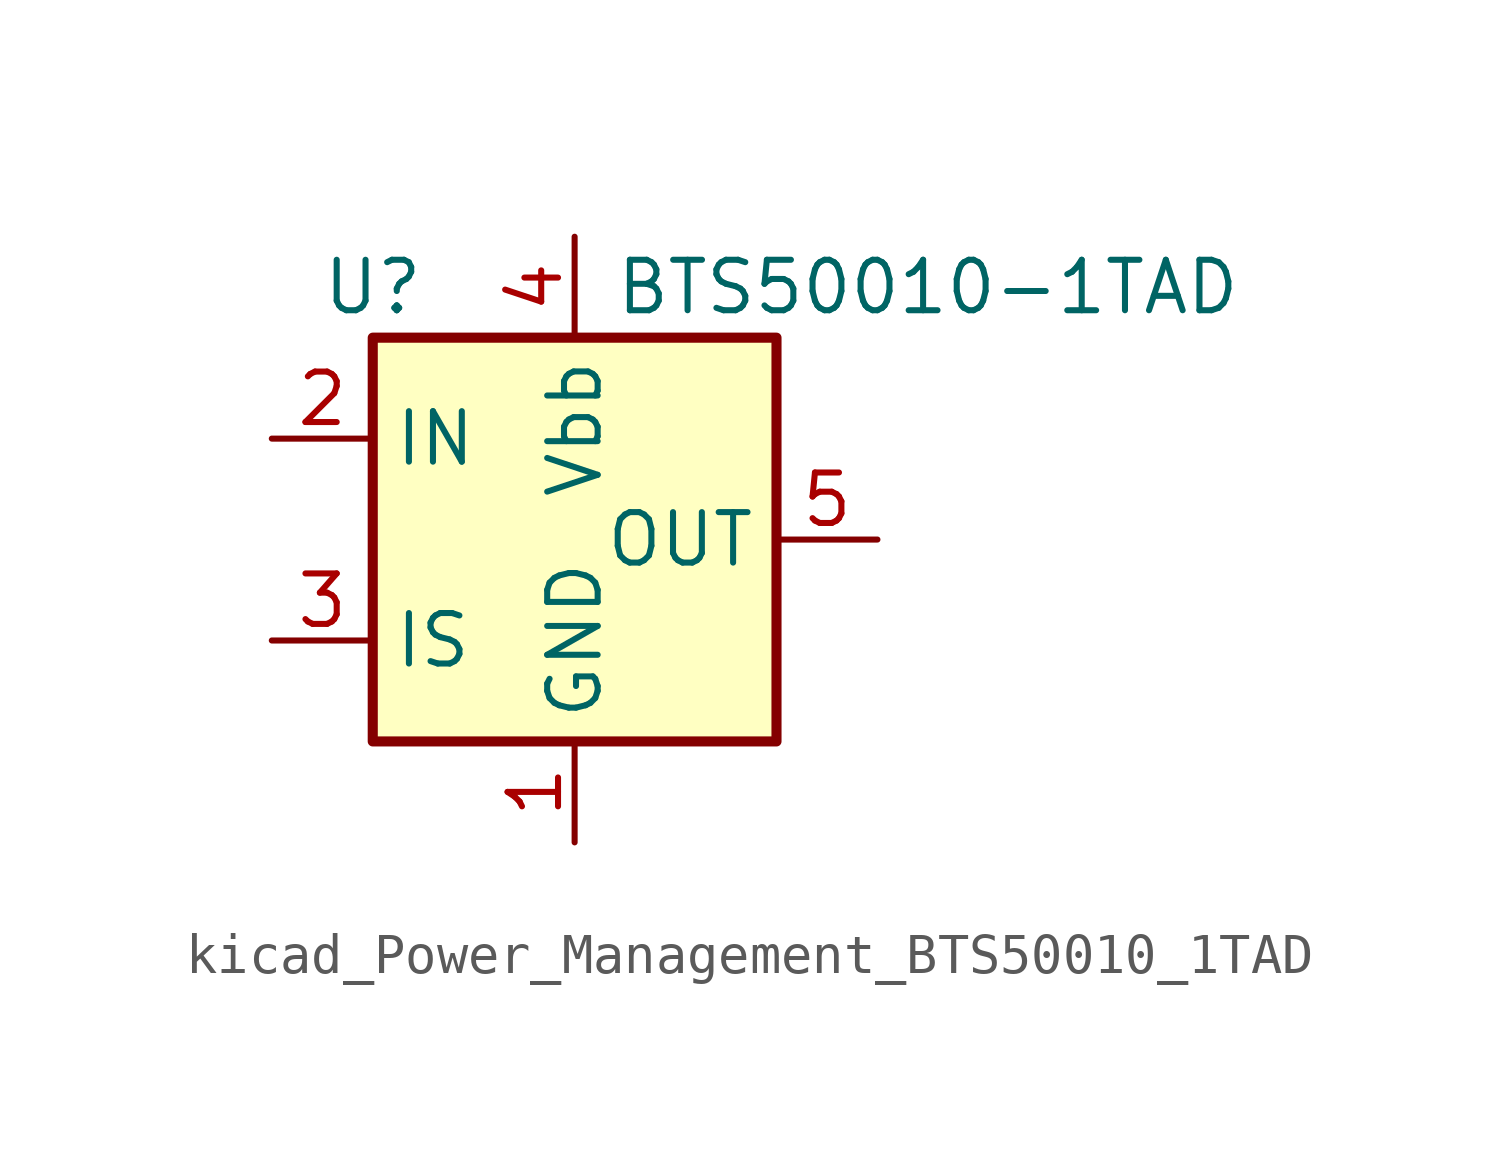
<source format=kicad_sym>
(kicad_symbol_lib
  (version 20220914)
  (generator kicad_symbol_editor)
  (symbol "kicad_Power_Management_BTS50010_1TAD"
    (property "Reference" "U"
      (at -5.08 6.35 0)
      (effects (font (size 1.27 1.27))))
    (property "Value" "BTS50010-1TAD"
      (at 8.89 6.35 0)
      (effects (font (size 1.27 1.27))))
    (symbol "kicad_Power_Management_BTS50010_1TAD_0_1"
      (rectangle (start -5.08 5.08) (end 5.08 -5.08) (stroke (width 0.254) (type default)) (fill (type background))))
    (symbol "kicad_Power_Management_BTS50010_1TAD_1_1"
      (pin power_in line (at 0 -7.62 90) (length 2.54) (name "GND" (effects (font (size 1.27 1.27)))) (number "1" (effects (font (size 1.27 1.27)))))
      (pin input line (at -7.62 2.54 0) (length 2.54) (name "IN" (effects (font (size 1.27 1.27)))) (number "2" (effects (font (size 1.27 1.27)))))
      (pin output line (at -7.62 -2.54 0) (length 2.54) (name "IS" (effects (font (size 1.27 1.27)))) (number "3" (effects (font (size 1.27 1.27)))))
      (pin power_in line (at 0 7.62 270) (length 2.54) (name "Vbb" (effects (font (size 1.27 1.27)))) (number "4" (effects (font (size 1.27 1.27)))))
      (pin passive line (at 7.62 0 180) (length 2.54) (name "OUT" (effects (font (size 1.27 1.27)))) (number "5" (effects (font (size 1.27 1.27)))))
      (pin passive line (at 7.62 0 180) (length 2.54) hide (name "OUT" (effects (font (size 1.27 1.27)))) (number "6" (effects (font (size 1.27 1.27)))))
      (pin passive line (at 7.62 0 180) (length 2.54) hide (name "OUT" (effects (font (size 1.27 1.27)))) (number "7" (effects (font (size 1.27 1.27))))))))
</source>
